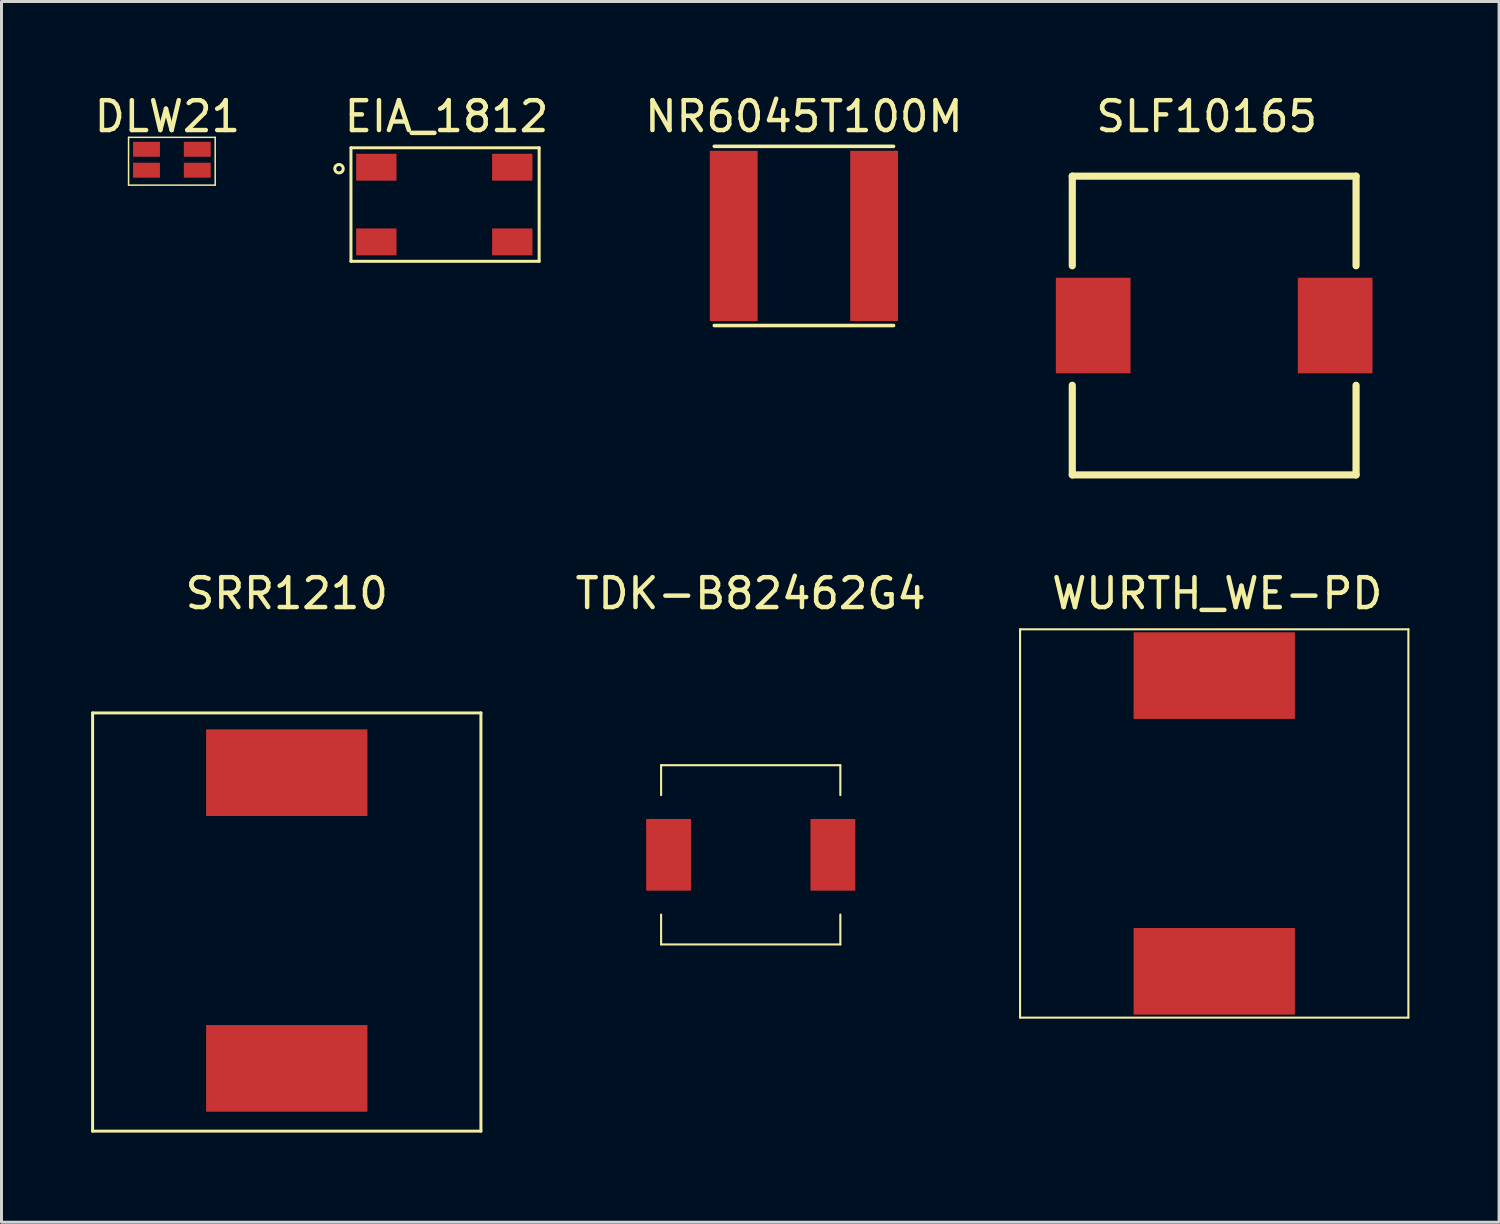
<source format=kicad_pcb>
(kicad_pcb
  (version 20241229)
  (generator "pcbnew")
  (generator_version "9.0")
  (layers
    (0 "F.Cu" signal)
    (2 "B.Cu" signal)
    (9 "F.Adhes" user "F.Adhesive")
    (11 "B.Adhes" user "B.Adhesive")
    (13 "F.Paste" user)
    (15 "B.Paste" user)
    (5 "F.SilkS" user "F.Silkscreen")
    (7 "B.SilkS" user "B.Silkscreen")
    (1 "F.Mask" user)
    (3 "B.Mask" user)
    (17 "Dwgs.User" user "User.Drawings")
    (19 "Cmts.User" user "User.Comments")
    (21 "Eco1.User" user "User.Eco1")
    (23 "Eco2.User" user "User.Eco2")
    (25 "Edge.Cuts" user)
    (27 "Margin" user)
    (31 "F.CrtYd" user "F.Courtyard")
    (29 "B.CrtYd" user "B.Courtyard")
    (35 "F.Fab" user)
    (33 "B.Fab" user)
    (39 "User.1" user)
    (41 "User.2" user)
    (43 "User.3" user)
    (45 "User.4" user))
  (footprint "TDK-B82462G4"
    (layer "F.Cu")
    (at 22.082 25.567)
    (property "Reference" "TDK-B82462G4" (at 0 -8.75 0) (layer "F.SilkS") (effects (font (size 1 1) (thickness 0.15))))
    (attr through_hole)
    (fp_line (start -3 -3) (end -3 -2) (stroke (width 0.07) (type solid)) (layer "F.SilkS"))
    (fp_line (start -3 2) (end -3 3) (stroke (width 0.07) (type solid)) (layer "F.SilkS"))
    (fp_line (start -3 3) (end 3 3) (stroke (width 0.07) (type solid)) (layer "F.SilkS"))
    (fp_line (start 3 -3) (end -3 -3) (stroke (width 0.07) (type solid)) (layer "F.SilkS"))
    (fp_line (start 3 -2) (end 3 -3) (stroke (width 0.07) (type solid)) (layer "F.SilkS"))
    (fp_line (start 3 3) (end 3 2) (stroke (width 0.07) (type solid)) (layer "F.SilkS"))
    (pad "1" smd rect (at -2.75 0) (size 1.5 2.4) (layers "F.Cu" "F.Mask" "F.Paste"))
    (pad "2" smd rect (at 2.75 0) (size 1.5 2.4) (layers "F.Cu" "F.Mask" "F.Paste")))
  (footprint "SRR1210"
    (layer "F.Cu")
    (at 6.55 27.817)
    (property "Reference" "SRR1210" (at 0 -11 0) (layer "F.SilkS") (effects (font (size 1 1) (thickness 0.15))))
    (attr through_hole)
    (fp_line (start -6.5 -7) (end 6.5 -7) (stroke (width 0.1) (type solid)) (layer "F.SilkS"))
    (fp_line (start -6.5 7) (end -6.5 -7) (stroke (width 0.1) (type solid)) (layer "F.SilkS"))
    (fp_line (start 6.5 -7) (end 6.5 7) (stroke (width 0.1) (type solid)) (layer "F.SilkS"))
    (fp_line (start 6.5 7) (end -6.5 7) (stroke (width 0.1) (type solid)) (layer "F.SilkS"))
    (pad "1" smd rect (at 0 -5) (size 5.4 2.9) (layers "F.Cu" "F.Mask" "F.Paste"))
    (pad "2" smd rect (at 0 4.9) (size 5.4 2.9) (layers "F.Cu" "F.Mask" "F.Paste")))
  (footprint "WURTH_WE-PD"
    (layer "F.Cu")
    (at 37.599 24.517)
    (property "Reference" "WURTH_WE-PD" (at 0.1 -7.7 0) (layer "F.SilkS") (effects (font (size 1 1) (thickness 0.15))))
    (attr through_hole)
    (fp_line (start -6.5 -6.5) (end 6.5 -6.5) (stroke (width 0.07) (type solid)) (layer "F.SilkS"))
    (fp_line (start -6.5 6.5) (end -6.5 -6.5) (stroke (width 0.07) (type solid)) (layer "F.SilkS"))
    (fp_line (start 6.5 -6.5) (end 6.5 6.5) (stroke (width 0.07) (type solid)) (layer "F.SilkS"))
    (fp_line (start 6.5 6.5) (end -6.5 6.5) (stroke (width 0.07) (type solid)) (layer "F.SilkS"))
    (pad "1" smd rect (at 0 -4.95) (size 5.4 2.9) (layers "F.Cu" "F.Mask" "F.Paste"))
    (pad "2" smd rect (at 0 4.95) (size 5.4 2.9) (layers "F.Cu" "F.Mask" "F.Paste")))
  (footprint "EIA_1812"
    (layer "F.Cu")
    (at 11.899 3.848)
    (property "Reference" "EIA_1812" (at 0 -3 0) (layer "F.SilkS") (effects (font (size 1 1) (thickness 0.15))))
    (attr through_hole)
    (fp_line (start -3.2 -1.95) (end -3.2 1.85) (stroke (width 0.1) (type solid)) (layer "F.SilkS"))
    (fp_line (start -3.2 1.85) (end 3.1 1.85) (stroke (width 0.1) (type solid)) (layer "F.SilkS"))
    (fp_line (start 3.1 -1.95) (end -3.2 -1.95) (stroke (width 0.1) (type solid)) (layer "F.SilkS"))
    (fp_line (start 3.1 1.85) (end 3.1 -1.95) (stroke (width 0.1) (type solid)) (layer "F.SilkS"))
    (fp_circle (center -3.6 -1.25) (end -3.5 -1.15) (stroke (width 0.1) (type solid)) (fill no) (layer "F.SilkS"))
    (pad "1" smd rect (at -2.35 -1.3) (size 1.35 0.9) (layers "F.Cu" "F.Mask" "F.Paste"))
    (pad "2" smd rect (at -2.35 1.2) (size 1.35 0.9) (layers "F.Cu" "F.Mask" "F.Paste"))
    (pad "3" smd rect (at 2.2 1.2) (size 1.35 0.9) (layers "F.Cu" "F.Mask" "F.Paste"))
    (pad "4" smd rect (at 2.2 -1.3) (size 1.35 0.9) (layers "F.Cu" "F.Mask" "F.Paste")))
  (footprint "DLW21"
    (layer "F.Cu")
    (at 1.854 2.648)
    (property "Reference" "DLW21" (at 0.7 -1.8 0) (layer "F.SilkS") (effects (font (size 1 1) (thickness 0.15))))
    (attr through_hole)
    (fp_line (start -0.6 -1.1) (end -0.6 0.5) (stroke (width 0.05) (type solid)) (layer "F.SilkS"))
    (fp_line (start -0.6 0.5) (end 2.3 0.5) (stroke (width 0.05) (type solid)) (layer "F.SilkS"))
    (fp_line (start 2.3 -1.1) (end -0.6 -1.1) (stroke (width 0.05) (type solid)) (layer "F.SilkS"))
    (fp_line (start 2.3 0.5) (end 2.3 -1.1) (stroke (width 0.05) (type solid)) (layer "F.SilkS"))
    (pad "1" smd rect (at 0 0) (size 0.9 0.5) (layers "F.Cu" "F.Mask" "F.Paste"))
    (pad "2" smd rect (at 1.7 0) (size 0.9 0.5) (layers "F.Cu" "F.Mask" "F.Paste"))
    (pad "3" smd rect (at 1.7 -0.7) (size 0.9 0.5) (layers "F.Cu" "F.Mask" "F.Paste"))
    (pad "4" smd rect (at 0 -0.7) (size 0.9 0.5) (layers "F.Cu" "F.Mask" "F.Paste")))
  (footprint "NR6045T100M"
    (layer "F.Cu")
    (at 23.863 4.848)
    (property "Reference" "NR6045T100M" (at 0 -4 0) (layer "F.SilkS") (effects (font (size 1 1) (thickness 0.15))))
    (attr through_hole)
    (fp_line (start -3 -3) (end 3 -3) (stroke (width 0.12) (type solid)) (layer "F.SilkS"))
    (fp_line (start -3 3) (end 3 3) (stroke (width 0.12) (type solid)) (layer "F.SilkS"))
    (pad "1" smd trapezoid (at -2.35 0) (size 1.6 5.7) (layers "F.Cu" "F.Mask" "F.Paste"))
    (pad "2" smd trapezoid (at 2.35 0) (size 1.6 5.7) (layers "F.Cu" "F.Mask" "F.Paste")))
  (footprint "SLF10165"
    (layer "F.Cu")
    (at 37.347 7.848)
    (property "Reference" "SLF10165" (at 0 -7 0) (layer "F.SilkS") (effects (font (size 1 1) (thickness 0.15))))
    (attr through_hole)
    (fp_line (start -4.5 -5) (end 5 -5) (stroke (width 0.24) (type solid)) (layer "F.SilkS"))
    (fp_line (start -4.5 -2) (end -4.5 -5) (stroke (width 0.24) (type solid)) (layer "F.SilkS"))
    (fp_line (start -4.5 2) (end -4.5 5) (stroke (width 0.24) (type solid)) (layer "F.SilkS"))
    (fp_line (start -4.5 5) (end 5 5) (stroke (width 0.24) (type solid)) (layer "F.SilkS"))
    (fp_line (start 5 -5) (end 5 -2) (stroke (width 0.24) (type solid)) (layer "F.SilkS"))
    (fp_line (start 5 5) (end 5 2) (stroke (width 0.24) (type solid)) (layer "F.SilkS"))
    (pad "1" smd rect (at -3.8 0) (size 2.5 3.2) (layers "F.Cu" "F.Mask" "F.Paste"))
    (pad "2" smd rect (at 4.3 0) (size 2.5 3.2) (layers "F.Cu" "F.Mask" "F.Paste")))
  (gr_rect
    (start -3 -3)
    (end 47.134 37.867)
    (stroke (width 0.1) (type default))
    (fill no)
    (layer "Edge.Cuts")))
</source>
